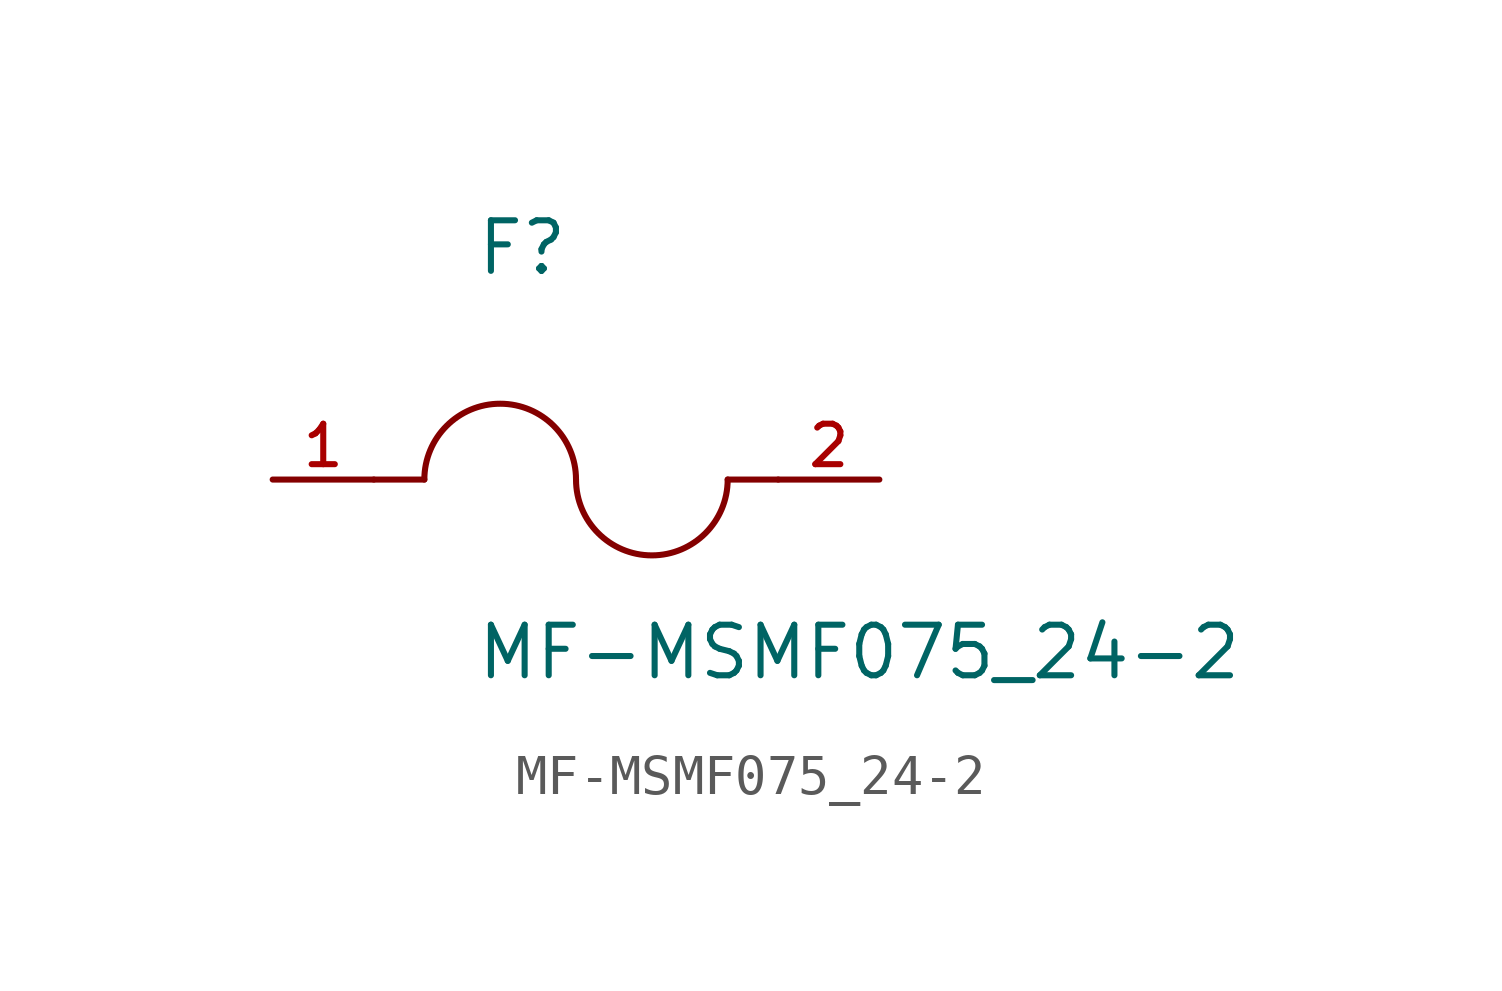
<source format=kicad_sym>
(kicad_symbol_lib
  (version 20231120)
  (generator "kicad_symbol_editor")
  (generator_version "8.0")
  (symbol "MF-MSMF075_24-2"
    (pin_names
      (offset 1.016))
    (property "Reference" "F"
      (at -2.54 5.08 0)
      (effects (font (size 1.27 1.27)) (justify left bottom)))
    (property "Value" "MF-MSMF075_24-2"
      (at -2.54 -5.08 0)
      (effects (font (size 1.27 1.27)) (justify left bottom)))
    (symbol "MF-MSMF075_24-2_0_0"
      (arc (start 0 0) (mid -1.905 1.8967) (end -3.81 0) (stroke (width 0.1524) (type default)) (fill (type none)))
      (polyline (pts (xy -5.08 0) (xy -3.81 0)) (stroke (width 0.152) (type default)) (fill (type none)))
      (polyline (pts (xy 5.08 0) (xy 3.81 0)) (stroke (width 0.152) (type default)) (fill (type none)))
      (arc (start 0 0) (mid 1.905 -1.8967) (end 3.81 0) (stroke (width 0.1524) (type default)) (fill (type none)))
      (pin passive line (at -7.62 0 0) (length 2.54) (name "~" (effects (font (size 1.016 1.016)))) (number "1" (effects (font (size 1.016 1.016)))))
      (pin passive line (at 7.62 0 180) (length 2.54) (name "~" (effects (font (size 1.016 1.016)))) (number "2" (effects (font (size 1.016 1.016))))))))
</source>
